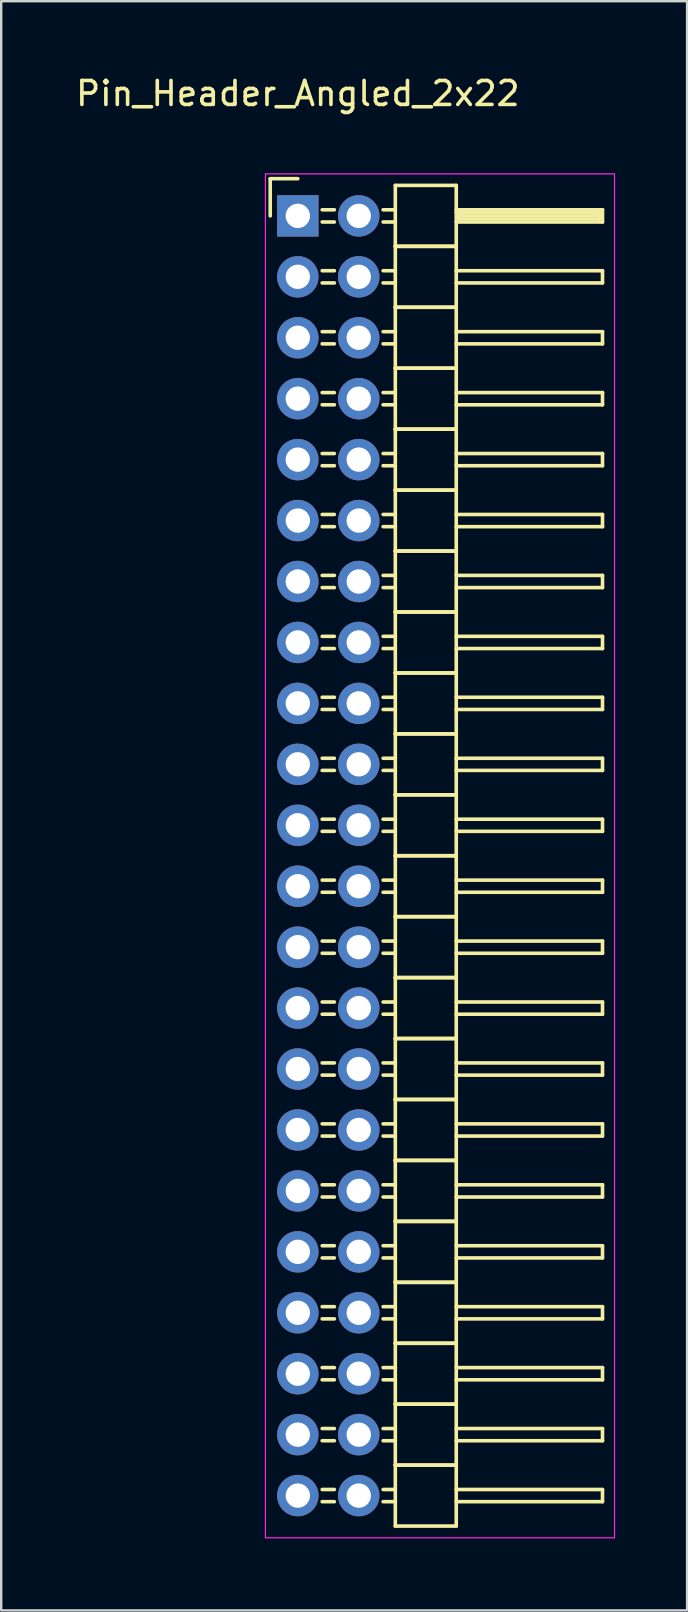
<source format=kicad_pcb>
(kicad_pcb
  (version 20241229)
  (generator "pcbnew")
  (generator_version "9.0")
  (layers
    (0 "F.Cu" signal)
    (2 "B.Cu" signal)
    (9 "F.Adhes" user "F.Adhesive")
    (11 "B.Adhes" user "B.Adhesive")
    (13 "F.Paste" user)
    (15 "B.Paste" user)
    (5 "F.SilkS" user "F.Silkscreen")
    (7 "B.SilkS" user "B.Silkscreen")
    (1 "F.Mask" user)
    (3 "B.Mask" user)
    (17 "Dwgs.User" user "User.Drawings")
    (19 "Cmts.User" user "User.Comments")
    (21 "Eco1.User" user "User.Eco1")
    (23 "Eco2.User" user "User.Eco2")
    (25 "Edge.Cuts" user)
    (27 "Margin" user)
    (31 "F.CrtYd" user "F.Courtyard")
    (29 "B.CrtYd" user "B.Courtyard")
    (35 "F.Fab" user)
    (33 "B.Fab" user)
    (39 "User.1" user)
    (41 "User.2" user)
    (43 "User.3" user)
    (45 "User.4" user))
  (footprint "Pin_Header_Angled_2x22"
    (layer "F.Cu")
    (at 9.363 5.948)
    (property "Reference" "Pin_Header_Angled_2x22" (at 0 -5.1 0) (layer "F.SilkS") (effects (font (size 1 1) (thickness 0.15))))
    (attr through_hole)
    (fp_line (start -1.15 -1.55) (end -1.15 0) (stroke (width 0.15) (type solid)) (layer "F.SilkS"))
    (fp_line (start 0 -1.55) (end -1.15 -1.55) (stroke (width 0.15) (type solid)) (layer "F.SilkS"))
    (fp_line (start 1.524 -0.254) (end 1.016 -0.254) (stroke (width 0.15) (type solid)) (layer "F.SilkS"))
    (fp_line (start 1.524 0.254) (end 1.016 0.254) (stroke (width 0.15) (type solid)) (layer "F.SilkS"))
    (fp_line (start 1.524 2.286) (end 1.016 2.286) (stroke (width 0.15) (type solid)) (layer "F.SilkS"))
    (fp_line (start 1.524 2.794) (end 1.016 2.794) (stroke (width 0.15) (type solid)) (layer "F.SilkS"))
    (fp_line (start 1.524 4.826) (end 1.016 4.826) (stroke (width 0.15) (type solid)) (layer "F.SilkS"))
    (fp_line (start 1.524 5.334) (end 1.016 5.334) (stroke (width 0.15) (type solid)) (layer "F.SilkS"))
    (fp_line (start 1.524 7.366) (end 1.016 7.366) (stroke (width 0.15) (type solid)) (layer "F.SilkS"))
    (fp_line (start 1.524 7.874) (end 1.016 7.874) (stroke (width 0.15) (type solid)) (layer "F.SilkS"))
    (fp_line (start 1.524 9.906) (end 1.016 9.906) (stroke (width 0.15) (type solid)) (layer "F.SilkS"))
    (fp_line (start 1.524 10.414) (end 1.016 10.414) (stroke (width 0.15) (type solid)) (layer "F.SilkS"))
    (fp_line (start 1.524 12.446) (end 1.016 12.446) (stroke (width 0.15) (type solid)) (layer "F.SilkS"))
    (fp_line (start 1.524 12.954) (end 1.016 12.954) (stroke (width 0.15) (type solid)) (layer "F.SilkS"))
    (fp_line (start 1.524 14.986) (end 1.016 14.986) (stroke (width 0.15) (type solid)) (layer "F.SilkS"))
    (fp_line (start 1.524 15.494) (end 1.016 15.494) (stroke (width 0.15) (type solid)) (layer "F.SilkS"))
    (fp_line (start 1.524 17.526) (end 1.016 17.526) (stroke (width 0.15) (type solid)) (layer "F.SilkS"))
    (fp_line (start 1.524 18.034) (end 1.016 18.034) (stroke (width 0.15) (type solid)) (layer "F.SilkS"))
    (fp_line (start 1.524 20.066) (end 1.016 20.066) (stroke (width 0.15) (type solid)) (layer "F.SilkS"))
    (fp_line (start 1.524 20.574) (end 1.016 20.574) (stroke (width 0.15) (type solid)) (layer "F.SilkS"))
    (fp_line (start 1.524 22.606) (end 1.016 22.606) (stroke (width 0.15) (type solid)) (layer "F.SilkS"))
    (fp_line (start 1.524 23.114) (end 1.016 23.114) (stroke (width 0.15) (type solid)) (layer "F.SilkS"))
    (fp_line (start 1.524 25.146) (end 1.016 25.146) (stroke (width 0.15) (type solid)) (layer "F.SilkS"))
    (fp_line (start 1.524 25.654) (end 1.016 25.654) (stroke (width 0.15) (type solid)) (layer "F.SilkS"))
    (fp_line (start 1.524 27.686) (end 1.016 27.686) (stroke (width 0.15) (type solid)) (layer "F.SilkS"))
    (fp_line (start 1.524 28.194) (end 1.016 28.194) (stroke (width 0.15) (type solid)) (layer "F.SilkS"))
    (fp_line (start 1.524 30.226) (end 1.016 30.226) (stroke (width 0.15) (type solid)) (layer "F.SilkS"))
    (fp_line (start 1.524 30.734) (end 1.016 30.734) (stroke (width 0.15) (type solid)) (layer "F.SilkS"))
    (fp_line (start 1.524 32.766) (end 1.016 32.766) (stroke (width 0.15) (type solid)) (layer "F.SilkS"))
    (fp_line (start 1.524 33.274) (end 1.016 33.274) (stroke (width 0.15) (type solid)) (layer "F.SilkS"))
    (fp_line (start 1.524 35.306) (end 1.016 35.306) (stroke (width 0.15) (type solid)) (layer "F.SilkS"))
    (fp_line (start 1.524 35.814) (end 1.016 35.814) (stroke (width 0.15) (type solid)) (layer "F.SilkS"))
    (fp_line (start 1.524 37.846) (end 1.016 37.846) (stroke (width 0.15) (type solid)) (layer "F.SilkS"))
    (fp_line (start 1.524 38.354) (end 1.016 38.354) (stroke (width 0.15) (type solid)) (layer "F.SilkS"))
    (fp_line (start 1.524 40.386) (end 1.016 40.386) (stroke (width 0.15) (type solid)) (layer "F.SilkS"))
    (fp_line (start 1.524 40.894) (end 1.016 40.894) (stroke (width 0.15) (type solid)) (layer "F.SilkS"))
    (fp_line (start 1.524 42.926) (end 1.016 42.926) (stroke (width 0.15) (type solid)) (layer "F.SilkS"))
    (fp_line (start 1.524 43.434) (end 1.016 43.434) (stroke (width 0.15) (type solid)) (layer "F.SilkS"))
    (fp_line (start 1.524 45.466) (end 1.016 45.466) (stroke (width 0.15) (type solid)) (layer "F.SilkS"))
    (fp_line (start 1.524 45.974) (end 1.016 45.974) (stroke (width 0.15) (type solid)) (layer "F.SilkS"))
    (fp_line (start 1.524 48.006) (end 1.016 48.006) (stroke (width 0.15) (type solid)) (layer "F.SilkS"))
    (fp_line (start 1.524 48.514) (end 1.016 48.514) (stroke (width 0.15) (type solid)) (layer "F.SilkS"))
    (fp_line (start 1.524 50.546) (end 1.016 50.546) (stroke (width 0.15) (type solid)) (layer "F.SilkS"))
    (fp_line (start 1.524 51.054) (end 1.016 51.054) (stroke (width 0.15) (type solid)) (layer "F.SilkS"))
    (fp_line (start 1.524 53.086) (end 1.016 53.086) (stroke (width 0.15) (type solid)) (layer "F.SilkS"))
    (fp_line (start 1.524 53.594) (end 1.016 53.594) (stroke (width 0.15) (type solid)) (layer "F.SilkS"))
    (fp_line (start 4.064 -1.27) (end 4.064 1.27) (stroke (width 0.15) (type solid)) (layer "F.SilkS"))
    (fp_line (start 4.064 -1.27) (end 6.604 -1.27) (stroke (width 0.15) (type solid)) (layer "F.SilkS"))
    (fp_line (start 4.064 -0.254) (end 3.556 -0.254) (stroke (width 0.15) (type solid)) (layer "F.SilkS"))
    (fp_line (start 4.064 0.254) (end 3.556 0.254) (stroke (width 0.15) (type solid)) (layer "F.SilkS"))
    (fp_line (start 4.064 1.27) (end 4.064 3.81) (stroke (width 0.15) (type solid)) (layer "F.SilkS"))
    (fp_line (start 4.064 1.27) (end 6.604 1.27) (stroke (width 0.15) (type solid)) (layer "F.SilkS"))
    (fp_line (start 4.064 1.27) (end 6.604 1.27) (stroke (width 0.15) (type solid)) (layer "F.SilkS"))
    (fp_line (start 4.064 2.286) (end 3.556 2.286) (stroke (width 0.15) (type solid)) (layer "F.SilkS"))
    (fp_line (start 4.064 2.794) (end 3.556 2.794) (stroke (width 0.15) (type solid)) (layer "F.SilkS"))
    (fp_line (start 4.064 3.81) (end 4.064 6.35) (stroke (width 0.15) (type solid)) (layer "F.SilkS"))
    (fp_line (start 4.064 3.81) (end 6.604 3.81) (stroke (width 0.15) (type solid)) (layer "F.SilkS"))
    (fp_line (start 4.064 3.81) (end 6.604 3.81) (stroke (width 0.15) (type solid)) (layer "F.SilkS"))
    (fp_line (start 4.064 4.826) (end 3.556 4.826) (stroke (width 0.15) (type solid)) (layer "F.SilkS"))
    (fp_line (start 4.064 5.334) (end 3.556 5.334) (stroke (width 0.15) (type solid)) (layer "F.SilkS"))
    (fp_line (start 4.064 6.35) (end 4.064 8.89) (stroke (width 0.15) (type solid)) (layer "F.SilkS"))
    (fp_line (start 4.064 6.35) (end 6.604 6.35) (stroke (width 0.15) (type solid)) (layer "F.SilkS"))
    (fp_line (start 4.064 6.35) (end 6.604 6.35) (stroke (width 0.15) (type solid)) (layer "F.SilkS"))
    (fp_line (start 4.064 7.366) (end 3.556 7.366) (stroke (width 0.15) (type solid)) (layer "F.SilkS"))
    (fp_line (start 4.064 7.874) (end 3.556 7.874) (stroke (width 0.15) (type solid)) (layer "F.SilkS"))
    (fp_line (start 4.064 8.89) (end 4.064 11.43) (stroke (width 0.15) (type solid)) (layer "F.SilkS"))
    (fp_line (start 4.064 8.89) (end 6.604 8.89) (stroke (width 0.15) (type solid)) (layer "F.SilkS"))
    (fp_line (start 4.064 8.89) (end 6.604 8.89) (stroke (width 0.15) (type solid)) (layer "F.SilkS"))
    (fp_line (start 4.064 9.906) (end 3.556 9.906) (stroke (width 0.15) (type solid)) (layer "F.SilkS"))
    (fp_line (start 4.064 10.414) (end 3.556 10.414) (stroke (width 0.15) (type solid)) (layer "F.SilkS"))
    (fp_line (start 4.064 11.43) (end 4.064 13.97) (stroke (width 0.15) (type solid)) (layer "F.SilkS"))
    (fp_line (start 4.064 11.43) (end 6.604 11.43) (stroke (width 0.15) (type solid)) (layer "F.SilkS"))
    (fp_line (start 4.064 11.43) (end 6.604 11.43) (stroke (width 0.15) (type solid)) (layer "F.SilkS"))
    (fp_line (start 4.064 12.446) (end 3.556 12.446) (stroke (width 0.15) (type solid)) (layer "F.SilkS"))
    (fp_line (start 4.064 12.954) (end 3.556 12.954) (stroke (width 0.15) (type solid)) (layer "F.SilkS"))
    (fp_line (start 4.064 13.97) (end 4.064 16.51) (stroke (width 0.15) (type solid)) (layer "F.SilkS"))
    (fp_line (start 4.064 13.97) (end 6.604 13.97) (stroke (width 0.15) (type solid)) (layer "F.SilkS"))
    (fp_line (start 4.064 13.97) (end 6.604 13.97) (stroke (width 0.15) (type solid)) (layer "F.SilkS"))
    (fp_line (start 4.064 14.986) (end 3.556 14.986) (stroke (width 0.15) (type solid)) (layer "F.SilkS"))
    (fp_line (start 4.064 15.494) (end 3.556 15.494) (stroke (width 0.15) (type solid)) (layer "F.SilkS"))
    (fp_line (start 4.064 16.51) (end 4.064 19.05) (stroke (width 0.15) (type solid)) (layer "F.SilkS"))
    (fp_line (start 4.064 16.51) (end 6.604 16.51) (stroke (width 0.15) (type solid)) (layer "F.SilkS"))
    (fp_line (start 4.064 16.51) (end 6.604 16.51) (stroke (width 0.15) (type solid)) (layer "F.SilkS"))
    (fp_line (start 4.064 17.526) (end 3.556 17.526) (stroke (width 0.15) (type solid)) (layer "F.SilkS"))
    (fp_line (start 4.064 18.034) (end 3.556 18.034) (stroke (width 0.15) (type solid)) (layer "F.SilkS"))
    (fp_line (start 4.064 19.05) (end 4.064 21.59) (stroke (width 0.15) (type solid)) (layer "F.SilkS"))
    (fp_line (start 4.064 19.05) (end 6.604 19.05) (stroke (width 0.15) (type solid)) (layer "F.SilkS"))
    (fp_line (start 4.064 19.05) (end 6.604 19.05) (stroke (width 0.15) (type solid)) (layer "F.SilkS"))
    (fp_line (start 4.064 20.066) (end 3.556 20.066) (stroke (width 0.15) (type solid)) (layer "F.SilkS"))
    (fp_line (start 4.064 20.574) (end 3.556 20.574) (stroke (width 0.15) (type solid)) (layer "F.SilkS"))
    (fp_line (start 4.064 21.59) (end 4.064 24.13) (stroke (width 0.15) (type solid)) (layer "F.SilkS"))
    (fp_line (start 4.064 21.59) (end 6.604 21.59) (stroke (width 0.15) (type solid)) (layer "F.SilkS"))
    (fp_line (start 4.064 21.59) (end 6.604 21.59) (stroke (width 0.15) (type solid)) (layer "F.SilkS"))
    (fp_line (start 4.064 22.606) (end 3.556 22.606) (stroke (width 0.15) (type solid)) (layer "F.SilkS"))
    (fp_line (start 4.064 23.114) (end 3.556 23.114) (stroke (width 0.15) (type solid)) (layer "F.SilkS"))
    (fp_line (start 4.064 24.13) (end 4.064 26.67) (stroke (width 0.15) (type solid)) (layer "F.SilkS"))
    (fp_line (start 4.064 24.13) (end 6.604 24.13) (stroke (width 0.15) (type solid)) (layer "F.SilkS"))
    (fp_line (start 4.064 24.13) (end 6.604 24.13) (stroke (width 0.15) (type solid)) (layer "F.SilkS"))
    (fp_line (start 4.064 25.146) (end 3.556 25.146) (stroke (width 0.15) (type solid)) (layer "F.SilkS"))
    (fp_line (start 4.064 25.654) (end 3.556 25.654) (stroke (width 0.15) (type solid)) (layer "F.SilkS"))
    (fp_line (start 4.064 26.67) (end 4.064 29.21) (stroke (width 0.15) (type solid)) (layer "F.SilkS"))
    (fp_line (start 4.064 26.67) (end 6.604 26.67) (stroke (width 0.15) (type solid)) (layer "F.SilkS"))
    (fp_line (start 4.064 26.67) (end 6.604 26.67) (stroke (width 0.15) (type solid)) (layer "F.SilkS"))
    (fp_line (start 4.064 27.686) (end 3.556 27.686) (stroke (width 0.15) (type solid)) (layer "F.SilkS"))
    (fp_line (start 4.064 28.194) (end 3.556 28.194) (stroke (width 0.15) (type solid)) (layer "F.SilkS"))
    (fp_line (start 4.064 29.21) (end 4.064 31.75) (stroke (width 0.15) (type solid)) (layer "F.SilkS"))
    (fp_line (start 4.064 29.21) (end 6.604 29.21) (stroke (width 0.15) (type solid)) (layer "F.SilkS"))
    (fp_line (start 4.064 29.21) (end 6.604 29.21) (stroke (width 0.15) (type solid)) (layer "F.SilkS"))
    (fp_line (start 4.064 30.226) (end 3.556 30.226) (stroke (width 0.15) (type solid)) (layer "F.SilkS"))
    (fp_line (start 4.064 30.734) (end 3.556 30.734) (stroke (width 0.15) (type solid)) (layer "F.SilkS"))
    (fp_line (start 4.064 31.75) (end 4.064 34.29) (stroke (width 0.15) (type solid)) (layer "F.SilkS"))
    (fp_line (start 4.064 31.75) (end 6.604 31.75) (stroke (width 0.15) (type solid)) (layer "F.SilkS"))
    (fp_line (start 4.064 31.75) (end 6.604 31.75) (stroke (width 0.15) (type solid)) (layer "F.SilkS"))
    (fp_line (start 4.064 32.766) (end 3.556 32.766) (stroke (width 0.15) (type solid)) (layer "F.SilkS"))
    (fp_line (start 4.064 33.274) (end 3.556 33.274) (stroke (width 0.15) (type solid)) (layer "F.SilkS"))
    (fp_line (start 4.064 34.29) (end 4.064 36.83) (stroke (width 0.15) (type solid)) (layer "F.SilkS"))
    (fp_line (start 4.064 34.29) (end 6.604 34.29) (stroke (width 0.15) (type solid)) (layer "F.SilkS"))
    (fp_line (start 4.064 34.29) (end 6.604 34.29) (stroke (width 0.15) (type solid)) (layer "F.SilkS"))
    (fp_line (start 4.064 35.306) (end 3.556 35.306) (stroke (width 0.15) (type solid)) (layer "F.SilkS"))
    (fp_line (start 4.064 35.814) (end 3.556 35.814) (stroke (width 0.15) (type solid)) (layer "F.SilkS"))
    (fp_line (start 4.064 36.83) (end 4.064 39.37) (stroke (width 0.15) (type solid)) (layer "F.SilkS"))
    (fp_line (start 4.064 36.83) (end 6.604 36.83) (stroke (width 0.15) (type solid)) (layer "F.SilkS"))
    (fp_line (start 4.064 36.83) (end 6.604 36.83) (stroke (width 0.15) (type solid)) (layer "F.SilkS"))
    (fp_line (start 4.064 37.846) (end 3.556 37.846) (stroke (width 0.15) (type solid)) (layer "F.SilkS"))
    (fp_line (start 4.064 38.354) (end 3.556 38.354) (stroke (width 0.15) (type solid)) (layer "F.SilkS"))
    (fp_line (start 4.064 39.37) (end 4.064 41.91) (stroke (width 0.15) (type solid)) (layer "F.SilkS"))
    (fp_line (start 4.064 39.37) (end 6.604 39.37) (stroke (width 0.15) (type solid)) (layer "F.SilkS"))
    (fp_line (start 4.064 39.37) (end 6.604 39.37) (stroke (width 0.15) (type solid)) (layer "F.SilkS"))
    (fp_line (start 4.064 40.386) (end 3.556 40.386) (stroke (width 0.15) (type solid)) (layer "F.SilkS"))
    (fp_line (start 4.064 40.894) (end 3.556 40.894) (stroke (width 0.15) (type solid)) (layer "F.SilkS"))
    (fp_line (start 4.064 41.91) (end 4.064 44.45) (stroke (width 0.15) (type solid)) (layer "F.SilkS"))
    (fp_line (start 4.064 41.91) (end 6.604 41.91) (stroke (width 0.15) (type solid)) (layer "F.SilkS"))
    (fp_line (start 4.064 41.91) (end 6.604 41.91) (stroke (width 0.15) (type solid)) (layer "F.SilkS"))
    (fp_line (start 4.064 42.926) (end 3.556 42.926) (stroke (width 0.15) (type solid)) (layer "F.SilkS"))
    (fp_line (start 4.064 43.434) (end 3.556 43.434) (stroke (width 0.15) (type solid)) (layer "F.SilkS"))
    (fp_line (start 4.064 44.45) (end 4.064 46.99) (stroke (width 0.15) (type solid)) (layer "F.SilkS"))
    (fp_line (start 4.064 44.45) (end 6.604 44.45) (stroke (width 0.15) (type solid)) (layer "F.SilkS"))
    (fp_line (start 4.064 44.45) (end 6.604 44.45) (stroke (width 0.15) (type solid)) (layer "F.SilkS"))
    (fp_line (start 4.064 45.466) (end 3.556 45.466) (stroke (width 0.15) (type solid)) (layer "F.SilkS"))
    (fp_line (start 4.064 45.974) (end 3.556 45.974) (stroke (width 0.15) (type solid)) (layer "F.SilkS"))
    (fp_line (start 4.064 46.99) (end 4.064 49.53) (stroke (width 0.15) (type solid)) (layer "F.SilkS"))
    (fp_line (start 4.064 46.99) (end 6.604 46.99) (stroke (width 0.15) (type solid)) (layer "F.SilkS"))
    (fp_line (start 4.064 46.99) (end 6.604 46.99) (stroke (width 0.15) (type solid)) (layer "F.SilkS"))
    (fp_line (start 4.064 48.006) (end 3.556 48.006) (stroke (width 0.15) (type solid)) (layer "F.SilkS"))
    (fp_line (start 4.064 48.514) (end 3.556 48.514) (stroke (width 0.15) (type solid)) (layer "F.SilkS"))
    (fp_line (start 4.064 49.53) (end 4.064 52.07) (stroke (width 0.15) (type solid)) (layer "F.SilkS"))
    (fp_line (start 4.064 49.53) (end 6.604 49.53) (stroke (width 0.15) (type solid)) (layer "F.SilkS"))
    (fp_line (start 4.064 49.53) (end 6.604 49.53) (stroke (width 0.15) (type solid)) (layer "F.SilkS"))
    (fp_line (start 4.064 50.546) (end 3.556 50.546) (stroke (width 0.15) (type solid)) (layer "F.SilkS"))
    (fp_line (start 4.064 51.054) (end 3.556 51.054) (stroke (width 0.15) (type solid)) (layer "F.SilkS"))
    (fp_line (start 4.064 52.07) (end 4.064 54.61) (stroke (width 0.15) (type solid)) (layer "F.SilkS"))
    (fp_line (start 4.064 52.07) (end 6.604 52.07) (stroke (width 0.15) (type solid)) (layer "F.SilkS"))
    (fp_line (start 4.064 52.07) (end 6.604 52.07) (stroke (width 0.15) (type solid)) (layer "F.SilkS"))
    (fp_line (start 4.064 53.086) (end 3.556 53.086) (stroke (width 0.15) (type solid)) (layer "F.SilkS"))
    (fp_line (start 4.064 53.594) (end 3.556 53.594) (stroke (width 0.15) (type solid)) (layer "F.SilkS"))
    (fp_line (start 4.064 54.61) (end 6.604 54.61) (stroke (width 0.15) (type solid)) (layer "F.SilkS"))
    (fp_line (start 6.604 -0.254) (end 12.7 -0.254) (stroke (width 0.15) (type solid)) (layer "F.SilkS"))
    (fp_line (start 6.604 -0.127) (end 12.573 -0.127) (stroke (width 0.15) (type solid)) (layer "F.SilkS"))
    (fp_line (start 6.604 1.27) (end 6.604 -1.27) (stroke (width 0.15) (type solid)) (layer "F.SilkS"))
    (fp_line (start 6.604 2.286) (end 12.7 2.286) (stroke (width 0.15) (type solid)) (layer "F.SilkS"))
    (fp_line (start 6.604 3.81) (end 6.604 1.27) (stroke (width 0.15) (type solid)) (layer "F.SilkS"))
    (fp_line (start 6.604 4.826) (end 12.7 4.826) (stroke (width 0.15) (type solid)) (layer "F.SilkS"))
    (fp_line (start 6.604 6.35) (end 6.604 3.81) (stroke (width 0.15) (type solid)) (layer "F.SilkS"))
    (fp_line (start 6.604 7.366) (end 12.7 7.366) (stroke (width 0.15) (type solid)) (layer "F.SilkS"))
    (fp_line (start 6.604 8.89) (end 6.604 6.35) (stroke (width 0.15) (type solid)) (layer "F.SilkS"))
    (fp_line (start 6.604 9.906) (end 12.7 9.906) (stroke (width 0.15) (type solid)) (layer "F.SilkS"))
    (fp_line (start 6.604 11.43) (end 6.604 8.89) (stroke (width 0.15) (type solid)) (layer "F.SilkS"))
    (fp_line (start 6.604 12.446) (end 12.7 12.446) (stroke (width 0.15) (type solid)) (layer "F.SilkS"))
    (fp_line (start 6.604 13.97) (end 6.604 11.43) (stroke (width 0.15) (type solid)) (layer "F.SilkS"))
    (fp_line (start 6.604 14.986) (end 12.7 14.986) (stroke (width 0.15) (type solid)) (layer "F.SilkS"))
    (fp_line (start 6.604 16.51) (end 6.604 13.97) (stroke (width 0.15) (type solid)) (layer "F.SilkS"))
    (fp_line (start 6.604 17.526) (end 12.7 17.526) (stroke (width 0.15) (type solid)) (layer "F.SilkS"))
    (fp_line (start 6.604 19.05) (end 6.604 16.51) (stroke (width 0.15) (type solid)) (layer "F.SilkS"))
    (fp_line (start 6.604 20.066) (end 12.7 20.066) (stroke (width 0.15) (type solid)) (layer "F.SilkS"))
    (fp_line (start 6.604 21.59) (end 6.604 19.05) (stroke (width 0.15) (type solid)) (layer "F.SilkS"))
    (fp_line (start 6.604 22.606) (end 12.7 22.606) (stroke (width 0.15) (type solid)) (layer "F.SilkS"))
    (fp_line (start 6.604 24.13) (end 6.604 21.59) (stroke (width 0.15) (type solid)) (layer "F.SilkS"))
    (fp_line (start 6.604 25.146) (end 12.7 25.146) (stroke (width 0.15) (type solid)) (layer "F.SilkS"))
    (fp_line (start 6.604 26.67) (end 6.604 24.13) (stroke (width 0.15) (type solid)) (layer "F.SilkS"))
    (fp_line (start 6.604 27.686) (end 12.7 27.686) (stroke (width 0.15) (type solid)) (layer "F.SilkS"))
    (fp_line (start 6.604 29.21) (end 6.604 26.67) (stroke (width 0.15) (type solid)) (layer "F.SilkS"))
    (fp_line (start 6.604 30.226) (end 12.7 30.226) (stroke (width 0.15) (type solid)) (layer "F.SilkS"))
    (fp_line (start 6.604 31.75) (end 6.604 29.21) (stroke (width 0.15) (type solid)) (layer "F.SilkS"))
    (fp_line (start 6.604 32.766) (end 12.7 32.766) (stroke (width 0.15) (type solid)) (layer "F.SilkS"))
    (fp_line (start 6.604 34.29) (end 6.604 31.75) (stroke (width 0.15) (type solid)) (layer "F.SilkS"))
    (fp_line (start 6.604 35.306) (end 12.7 35.306) (stroke (width 0.15) (type solid)) (layer "F.SilkS"))
    (fp_line (start 6.604 36.83) (end 6.604 34.29) (stroke (width 0.15) (type solid)) (layer "F.SilkS"))
    (fp_line (start 6.604 37.846) (end 12.7 37.846) (stroke (width 0.15) (type solid)) (layer "F.SilkS"))
    (fp_line (start 6.604 39.37) (end 6.604 36.83) (stroke (width 0.15) (type solid)) (layer "F.SilkS"))
    (fp_line (start 6.604 40.386) (end 12.7 40.386) (stroke (width 0.15) (type solid)) (layer "F.SilkS"))
    (fp_line (start 6.604 41.91) (end 6.604 39.37) (stroke (width 0.15) (type solid)) (layer "F.SilkS"))
    (fp_line (start 6.604 42.926) (end 12.7 42.926) (stroke (width 0.15) (type solid)) (layer "F.SilkS"))
    (fp_line (start 6.604 44.45) (end 6.604 41.91) (stroke (width 0.15) (type solid)) (layer "F.SilkS"))
    (fp_line (start 6.604 45.466) (end 12.7 45.466) (stroke (width 0.15) (type solid)) (layer "F.SilkS"))
    (fp_line (start 6.604 46.99) (end 6.604 44.45) (stroke (width 0.15) (type solid)) (layer "F.SilkS"))
    (fp_line (start 6.604 48.006) (end 12.7 48.006) (stroke (width 0.15) (type solid)) (layer "F.SilkS"))
    (fp_line (start 6.604 49.53) (end 6.604 46.99) (stroke (width 0.15) (type solid)) (layer "F.SilkS"))
    (fp_line (start 6.604 50.546) (end 12.7 50.546) (stroke (width 0.15) (type solid)) (layer "F.SilkS"))
    (fp_line (start 6.604 52.07) (end 6.604 49.53) (stroke (width 0.15) (type solid)) (layer "F.SilkS"))
    (fp_line (start 6.604 53.086) (end 12.7 53.086) (stroke (width 0.15) (type solid)) (layer "F.SilkS"))
    (fp_line (start 6.604 54.61) (end 6.604 52.07) (stroke (width 0.15) (type solid)) (layer "F.SilkS"))
    (fp_line (start 6.731 0) (end 12.573 0) (stroke (width 0.15) (type solid)) (layer "F.SilkS"))
    (fp_line (start 6.731 0.127) (end 6.731 0) (stroke (width 0.15) (type solid)) (layer "F.SilkS"))
    (fp_line (start 12.573 -0.127) (end 12.573 0.127) (stroke (width 0.15) (type solid)) (layer "F.SilkS"))
    (fp_line (start 12.573 0.127) (end 6.731 0.127) (stroke (width 0.15) (type solid)) (layer "F.SilkS"))
    (fp_line (start 12.7 -0.254) (end 12.7 0.254) (stroke (width 0.15) (type solid)) (layer "F.SilkS"))
    (fp_line (start 12.7 0.254) (end 6.604 0.254) (stroke (width 0.15) (type solid)) (layer "F.SilkS"))
    (fp_line (start 12.7 2.286) (end 12.7 2.794) (stroke (width 0.15) (type solid)) (layer "F.SilkS"))
    (fp_line (start 12.7 2.794) (end 6.604 2.794) (stroke (width 0.15) (type solid)) (layer "F.SilkS"))
    (fp_line (start 12.7 4.826) (end 12.7 5.334) (stroke (width 0.15) (type solid)) (layer "F.SilkS"))
    (fp_line (start 12.7 5.334) (end 6.604 5.334) (stroke (width 0.15) (type solid)) (layer "F.SilkS"))
    (fp_line (start 12.7 7.366) (end 12.7 7.874) (stroke (width 0.15) (type solid)) (layer "F.SilkS"))
    (fp_line (start 12.7 7.874) (end 6.604 7.874) (stroke (width 0.15) (type solid)) (layer "F.SilkS"))
    (fp_line (start 12.7 9.906) (end 12.7 10.414) (stroke (width 0.15) (type solid)) (layer "F.SilkS"))
    (fp_line (start 12.7 10.414) (end 6.604 10.414) (stroke (width 0.15) (type solid)) (layer "F.SilkS"))
    (fp_line (start 12.7 12.446) (end 12.7 12.954) (stroke (width 0.15) (type solid)) (layer "F.SilkS"))
    (fp_line (start 12.7 12.954) (end 6.604 12.954) (stroke (width 0.15) (type solid)) (layer "F.SilkS"))
    (fp_line (start 12.7 14.986) (end 12.7 15.494) (stroke (width 0.15) (type solid)) (layer "F.SilkS"))
    (fp_line (start 12.7 15.494) (end 6.604 15.494) (stroke (width 0.15) (type solid)) (layer "F.SilkS"))
    (fp_line (start 12.7 17.526) (end 12.7 18.034) (stroke (width 0.15) (type solid)) (layer "F.SilkS"))
    (fp_line (start 12.7 18.034) (end 6.604 18.034) (stroke (width 0.15) (type solid)) (layer "F.SilkS"))
    (fp_line (start 12.7 20.066) (end 12.7 20.574) (stroke (width 0.15) (type solid)) (layer "F.SilkS"))
    (fp_line (start 12.7 20.574) (end 6.604 20.574) (stroke (width 0.15) (type solid)) (layer "F.SilkS"))
    (fp_line (start 12.7 22.606) (end 12.7 23.114) (stroke (width 0.15) (type solid)) (layer "F.SilkS"))
    (fp_line (start 12.7 23.114) (end 6.604 23.114) (stroke (width 0.15) (type solid)) (layer "F.SilkS"))
    (fp_line (start 12.7 25.146) (end 12.7 25.654) (stroke (width 0.15) (type solid)) (layer "F.SilkS"))
    (fp_line (start 12.7 25.654) (end 6.604 25.654) (stroke (width 0.15) (type solid)) (layer "F.SilkS"))
    (fp_line (start 12.7 27.686) (end 12.7 28.194) (stroke (width 0.15) (type solid)) (layer "F.SilkS"))
    (fp_line (start 12.7 28.194) (end 6.604 28.194) (stroke (width 0.15) (type solid)) (layer "F.SilkS"))
    (fp_line (start 12.7 30.226) (end 12.7 30.734) (stroke (width 0.15) (type solid)) (layer "F.SilkS"))
    (fp_line (start 12.7 30.734) (end 6.604 30.734) (stroke (width 0.15) (type solid)) (layer "F.SilkS"))
    (fp_line (start 12.7 32.766) (end 12.7 33.274) (stroke (width 0.15) (type solid)) (layer "F.SilkS"))
    (fp_line (start 12.7 33.274) (end 6.604 33.274) (stroke (width 0.15) (type solid)) (layer "F.SilkS"))
    (fp_line (start 12.7 35.306) (end 12.7 35.814) (stroke (width 0.15) (type solid)) (layer "F.SilkS"))
    (fp_line (start 12.7 35.814) (end 6.604 35.814) (stroke (width 0.15) (type solid)) (layer "F.SilkS"))
    (fp_line (start 12.7 37.846) (end 12.7 38.354) (stroke (width 0.15) (type solid)) (layer "F.SilkS"))
    (fp_line (start 12.7 38.354) (end 6.604 38.354) (stroke (width 0.15) (type solid)) (layer "F.SilkS"))
    (fp_line (start 12.7 40.386) (end 12.7 40.894) (stroke (width 0.15) (type solid)) (layer "F.SilkS"))
    (fp_line (start 12.7 40.894) (end 6.604 40.894) (stroke (width 0.15) (type solid)) (layer "F.SilkS"))
    (fp_line (start 12.7 42.926) (end 12.7 43.434) (stroke (width 0.15) (type solid)) (layer "F.SilkS"))
    (fp_line (start 12.7 43.434) (end 6.604 43.434) (stroke (width 0.15) (type solid)) (layer "F.SilkS"))
    (fp_line (start 12.7 45.466) (end 12.7 45.974) (stroke (width 0.15) (type solid)) (layer "F.SilkS"))
    (fp_line (start 12.7 45.974) (end 6.604 45.974) (stroke (width 0.15) (type solid)) (layer "F.SilkS"))
    (fp_line (start 12.7 48.006) (end 12.7 48.514) (stroke (width 0.15) (type solid)) (layer "F.SilkS"))
    (fp_line (start 12.7 48.514) (end 6.604 48.514) (stroke (width 0.15) (type solid)) (layer "F.SilkS"))
    (fp_line (start 12.7 50.546) (end 12.7 51.054) (stroke (width 0.15) (type solid)) (layer "F.SilkS"))
    (fp_line (start 12.7 51.054) (end 6.604 51.054) (stroke (width 0.15) (type solid)) (layer "F.SilkS"))
    (fp_line (start 12.7 53.086) (end 12.7 53.594) (stroke (width 0.15) (type solid)) (layer "F.SilkS"))
    (fp_line (start 12.7 53.594) (end 6.604 53.594) (stroke (width 0.15) (type solid)) (layer "F.SilkS"))
    (fp_line (start -1.35 -1.75) (end -1.35 55.1) (stroke (width 0.05) (type solid)) (layer "F.CrtYd"))
    (fp_line (start -1.35 -1.75) (end 13.2 -1.75) (stroke (width 0.05) (type solid)) (layer "F.CrtYd"))
    (fp_line (start -1.35 55.1) (end 13.2 55.1) (stroke (width 0.05) (type solid)) (layer "F.CrtYd"))
    (fp_line (start 13.2 -1.75) (end 13.2 55.1) (stroke (width 0.05) (type solid)) (layer "F.CrtYd"))
    (pad "1" thru_hole rect (at 0 0) (size 1.727 1.727) (drill 1.016) (layers "*.Cu" "*.Mask"))
    (pad "2" thru_hole oval (at 2.54 0) (size 1.727 1.727) (drill 1.016) (layers "*.Cu" "*.Mask"))
    (pad "3" thru_hole oval (at 0 2.54) (size 1.727 1.727) (drill 1.016) (layers "*.Cu" "*.Mask"))
    (pad "4" thru_hole oval (at 2.54 2.54) (size 1.727 1.727) (drill 1.016) (layers "*.Cu" "*.Mask"))
    (pad "5" thru_hole oval (at 0 5.08) (size 1.727 1.727) (drill 1.016) (layers "*.Cu" "*.Mask"))
    (pad "6" thru_hole oval (at 2.54 5.08) (size 1.727 1.727) (drill 1.016) (layers "*.Cu" "*.Mask"))
    (pad "7" thru_hole oval (at 0 7.62) (size 1.727 1.727) (drill 1.016) (layers "*.Cu" "*.Mask"))
    (pad "8" thru_hole oval (at 2.54 7.62) (size 1.727 1.727) (drill 1.016) (layers "*.Cu" "*.Mask"))
    (pad "9" thru_hole oval (at 0 10.16) (size 1.727 1.727) (drill 1.016) (layers "*.Cu" "*.Mask"))
    (pad "10" thru_hole oval (at 2.54 10.16) (size 1.727 1.727) (drill 1.016) (layers "*.Cu" "*.Mask"))
    (pad "11" thru_hole oval (at 0 12.7) (size 1.727 1.727) (drill 1.016) (layers "*.Cu" "*.Mask"))
    (pad "12" thru_hole oval (at 2.54 12.7) (size 1.727 1.727) (drill 1.016) (layers "*.Cu" "*.Mask"))
    (pad "13" thru_hole oval (at 0 15.24) (size 1.727 1.727) (drill 1.016) (layers "*.Cu" "*.Mask"))
    (pad "14" thru_hole oval (at 2.54 15.24) (size 1.727 1.727) (drill 1.016) (layers "*.Cu" "*.Mask"))
    (pad "15" thru_hole oval (at 0 17.78) (size 1.727 1.727) (drill 1.016) (layers "*.Cu" "*.Mask"))
    (pad "16" thru_hole oval (at 2.54 17.78) (size 1.727 1.727) (drill 1.016) (layers "*.Cu" "*.Mask"))
    (pad "17" thru_hole oval (at 0 20.32) (size 1.727 1.727) (drill 1.016) (layers "*.Cu" "*.Mask"))
    (pad "18" thru_hole oval (at 2.54 20.32) (size 1.727 1.727) (drill 1.016) (layers "*.Cu" "*.Mask"))
    (pad "19" thru_hole oval (at 0 22.86) (size 1.727 1.727) (drill 1.016) (layers "*.Cu" "*.Mask"))
    (pad "20" thru_hole oval (at 2.54 22.86) (size 1.727 1.727) (drill 1.016) (layers "*.Cu" "*.Mask"))
    (pad "21" thru_hole oval (at 0 25.4) (size 1.727 1.727) (drill 1.016) (layers "*.Cu" "*.Mask"))
    (pad "22" thru_hole oval (at 2.54 25.4) (size 1.727 1.727) (drill 1.016) (layers "*.Cu" "*.Mask"))
    (pad "23" thru_hole oval (at 0 27.94) (size 1.727 1.727) (drill 1.016) (layers "*.Cu" "*.Mask"))
    (pad "24" thru_hole oval (at 2.54 27.94) (size 1.727 1.727) (drill 1.016) (layers "*.Cu" "*.Mask"))
    (pad "25" thru_hole oval (at 0 30.48) (size 1.727 1.727) (drill 1.016) (layers "*.Cu" "*.Mask"))
    (pad "26" thru_hole oval (at 2.54 30.48) (size 1.727 1.727) (drill 1.016) (layers "*.Cu" "*.Mask"))
    (pad "27" thru_hole oval (at 0 33.02) (size 1.727 1.727) (drill 1.016) (layers "*.Cu" "*.Mask"))
    (pad "28" thru_hole oval (at 2.54 33.02) (size 1.727 1.727) (drill 1.016) (layers "*.Cu" "*.Mask"))
    (pad "29" thru_hole oval (at 0 35.56) (size 1.727 1.727) (drill 1.016) (layers "*.Cu" "*.Mask"))
    (pad "30" thru_hole oval (at 2.54 35.56) (size 1.727 1.727) (drill 1.016) (layers "*.Cu" "*.Mask"))
    (pad "31" thru_hole oval (at 0 38.1) (size 1.727 1.727) (drill 1.016) (layers "*.Cu" "*.Mask"))
    (pad "32" thru_hole oval (at 2.54 38.1) (size 1.727 1.727) (drill 1.016) (layers "*.Cu" "*.Mask"))
    (pad "33" thru_hole oval (at 0 40.64) (size 1.727 1.727) (drill 1.016) (layers "*.Cu" "*.Mask"))
    (pad "34" thru_hole oval (at 2.54 40.64) (size 1.727 1.727) (drill 1.016) (layers "*.Cu" "*.Mask"))
    (pad "35" thru_hole oval (at 0 43.18) (size 1.727 1.727) (drill 1.016) (layers "*.Cu" "*.Mask"))
    (pad "36" thru_hole oval (at 2.54 43.18) (size 1.727 1.727) (drill 1.016) (layers "*.Cu" "*.Mask"))
    (pad "37" thru_hole oval (at 0 45.72) (size 1.727 1.727) (drill 1.016) (layers "*.Cu" "*.Mask"))
    (pad "38" thru_hole oval (at 2.54 45.72) (size 1.727 1.727) (drill 1.016) (layers "*.Cu" "*.Mask"))
    (pad "39" thru_hole oval (at 0 48.26) (size 1.727 1.727) (drill 1.016) (layers "*.Cu" "*.Mask"))
    (pad "40" thru_hole oval (at 2.54 48.26) (size 1.727 1.727) (drill 1.016) (layers "*.Cu" "*.Mask"))
    (pad "41" thru_hole oval (at 0 50.8) (size 1.727 1.727) (drill 1.016) (layers "*.Cu" "*.Mask"))
    (pad "42" thru_hole oval (at 2.54 50.8) (size 1.727 1.727) (drill 1.016) (layers "*.Cu" "*.Mask"))
    (pad "43" thru_hole oval (at 0 53.34) (size 1.727 1.727) (drill 1.016) (layers "*.Cu" "*.Mask"))
    (pad "44" thru_hole oval (at 2.54 53.34) (size 1.727 1.727) (drill 1.016) (layers "*.Cu" "*.Mask")))
  (gr_rect
    (start -3 -3)
    (end 25.588 64.073)
    (stroke (width 0.1) (type default))
    (fill no)
    (layer "Edge.Cuts")))
</source>
